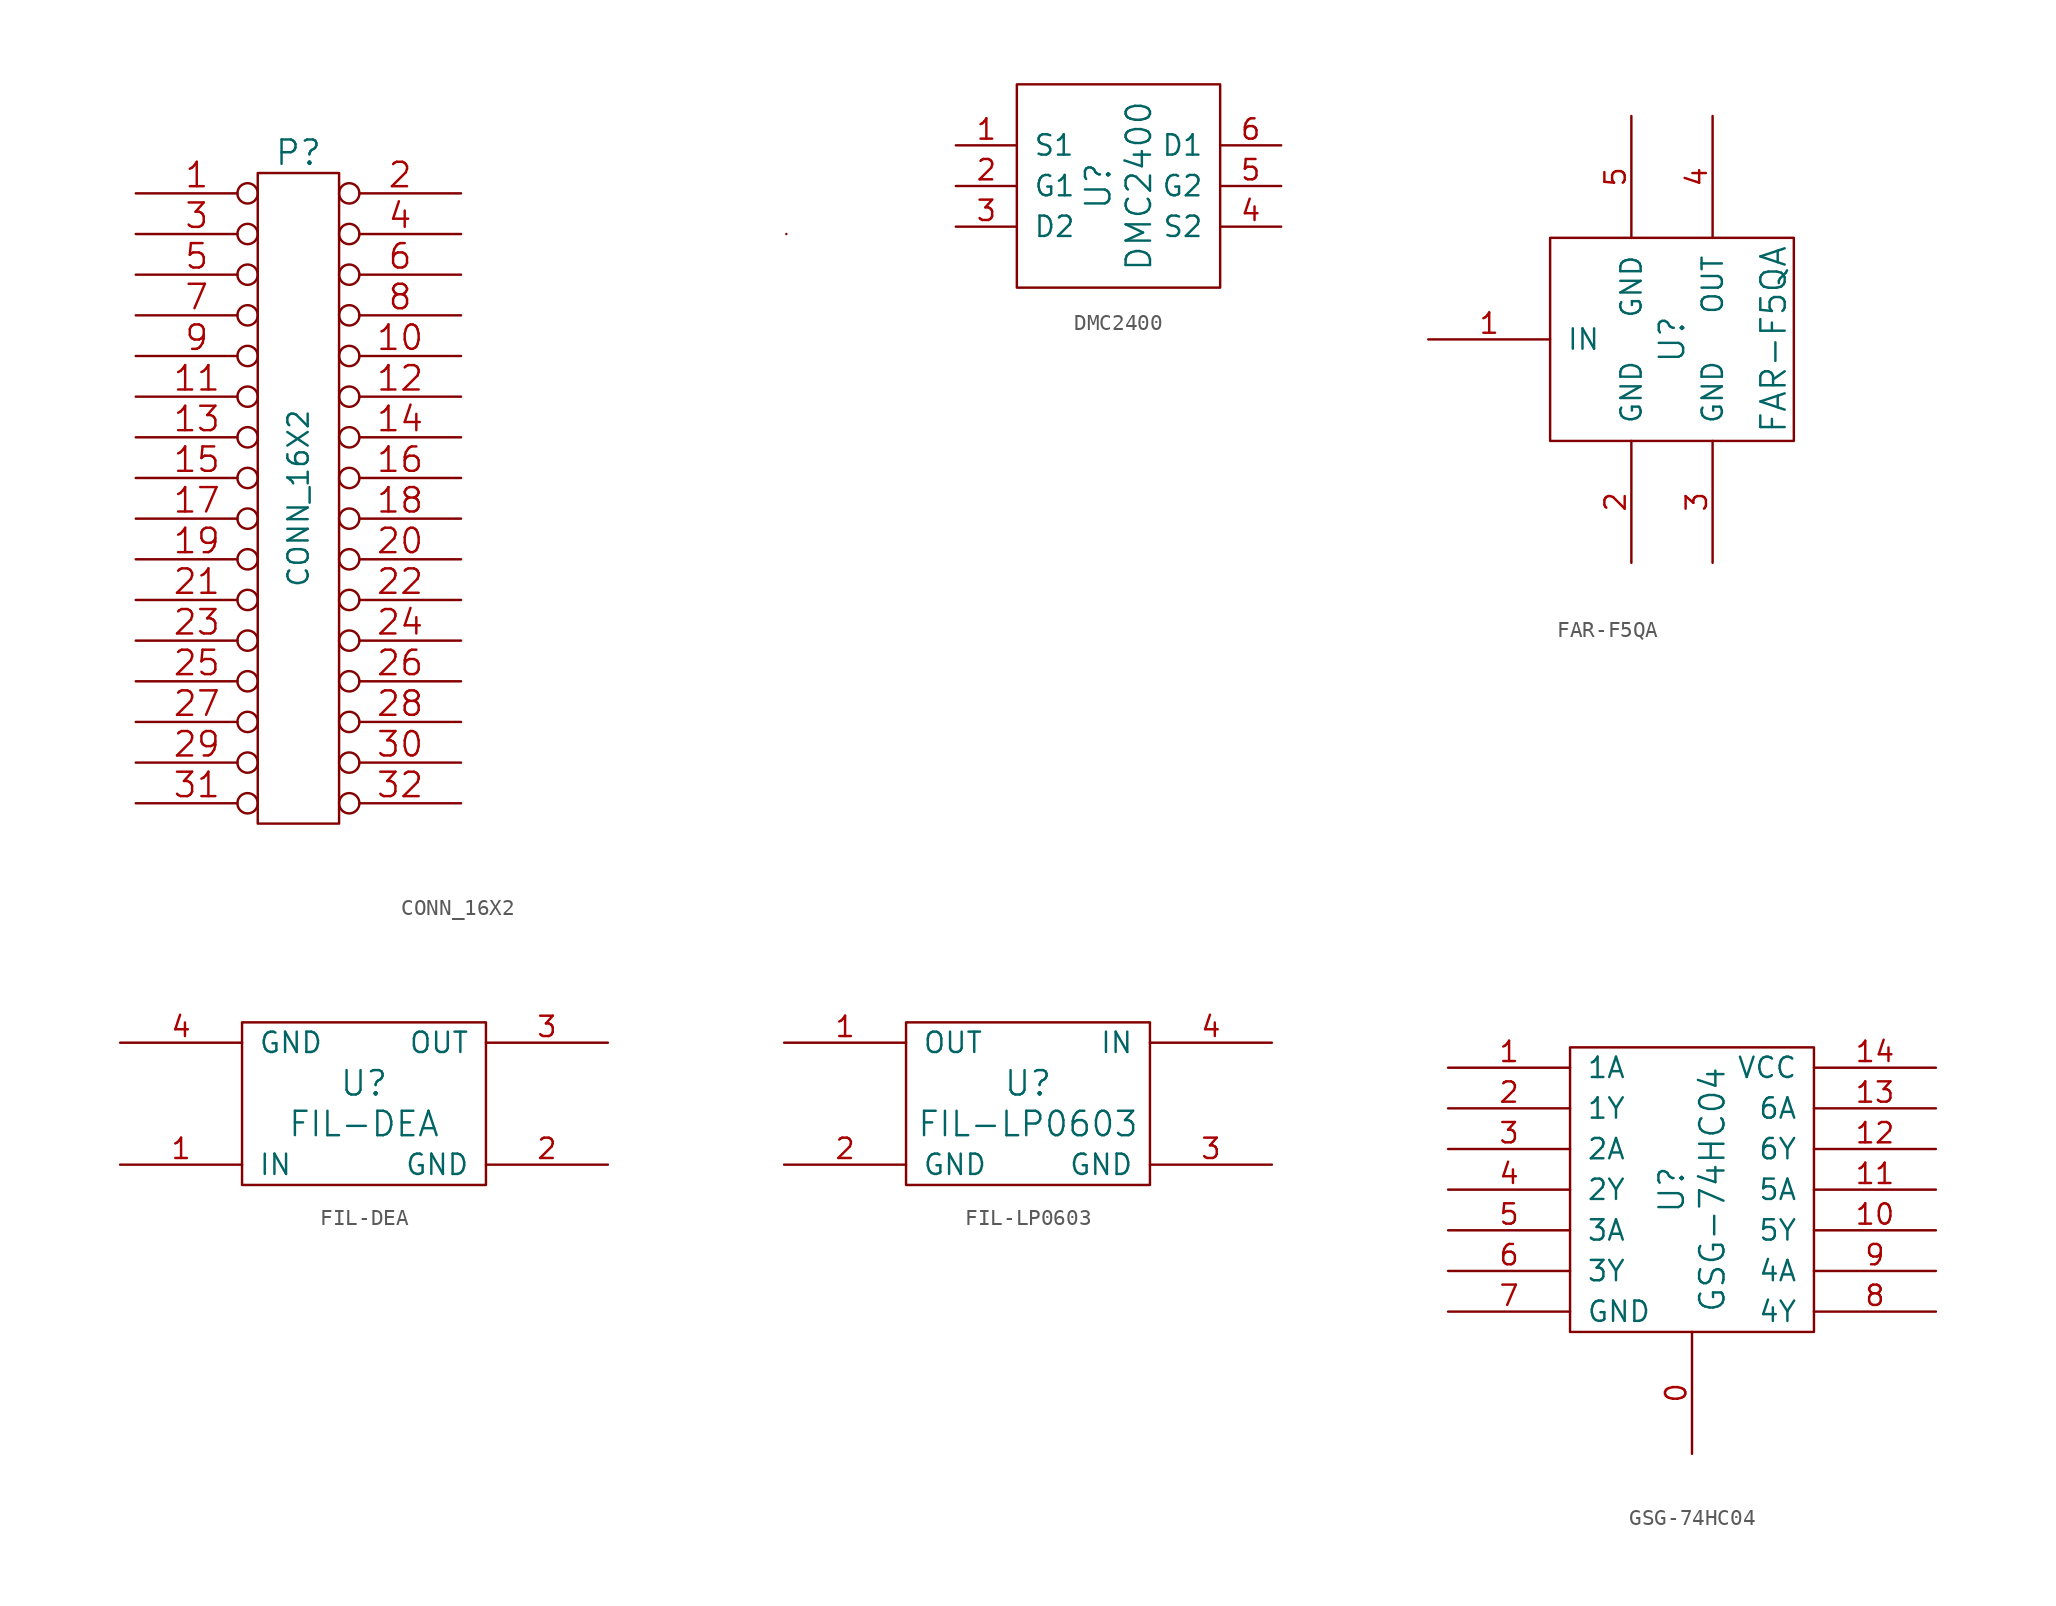
<source format=kicad_sym>
(kicad_symbol_lib
  (version 20211014)
  (generator kicad_symbol_editor)
  (symbol "CONN_16X2"
    (pin_names
      (offset 0.254) hide)
    (property "Reference" "P"
      (at 0 21.59 0)
      (effects (font (size 1.524 1.524))))
    (property "Value" "CONN_16X2"
      (at 0 0 90)
      (effects (font (size 1.27 1.27))))
    (property "Footprint" ""
      (at 0 0 0)
      (effects (font (size 1.524 1.524))))
    (property "Datasheet" ""
      (at 0 0 0)
      (effects (font (size 1.524 1.524))))
    (symbol "CONN_16X2_0_1"
      (rectangle (start -2.54 20.32) (end 2.54 -20.32) (stroke (width 0) (type default) (color 0 0 0 0)) (fill (type none)))
      (rectangle (start 30.48 16.51) (end 30.48 16.51) (stroke (width 0) (type default) (color 0 0 0 0)) (fill (type none))))
    (symbol "CONN_16X2_1_1"
      (pin passive inverted (at -10.16 19.05 0) (length 7.62) (name "P1" (effects (font (size 0.762 0.762)))) (number "1" (effects (font (size 1.524 1.524)))))
      (pin passive inverted (at 10.16 8.89 180) (length 7.62) (name "P10" (effects (font (size 0.762 0.762)))) (number "10" (effects (font (size 1.524 1.524)))))
      (pin passive inverted (at -10.16 6.35 0) (length 7.62) (name "P11" (effects (font (size 0.762 0.762)))) (number "11" (effects (font (size 1.524 1.524)))))
      (pin passive inverted (at 10.16 6.35 180) (length 7.62) (name "P12" (effects (font (size 0.762 0.762)))) (number "12" (effects (font (size 1.524 1.524)))))
      (pin passive inverted (at -10.16 3.81 0) (length 7.62) (name "P13" (effects (font (size 0.762 0.762)))) (number "13" (effects (font (size 1.524 1.524)))))
      (pin passive inverted (at 10.16 3.81 180) (length 7.62) (name "P14" (effects (font (size 0.762 0.762)))) (number "14" (effects (font (size 1.524 1.524)))))
      (pin passive inverted (at -10.16 1.27 0) (length 7.62) (name "P15" (effects (font (size 0.762 0.762)))) (number "15" (effects (font (size 1.524 1.524)))))
      (pin passive inverted (at 10.16 1.27 180) (length 7.62) (name "P16" (effects (font (size 0.762 0.762)))) (number "16" (effects (font (size 1.524 1.524)))))
      (pin passive inverted (at -10.16 -1.27 0) (length 7.62) (name "P17" (effects (font (size 0.762 0.762)))) (number "17" (effects (font (size 1.524 1.524)))))
      (pin passive inverted (at 10.16 -1.27 180) (length 7.62) (name "P18" (effects (font (size 0.762 0.762)))) (number "18" (effects (font (size 1.524 1.524)))))
      (pin passive inverted (at -10.16 -3.81 0) (length 7.62) (name "P19" (effects (font (size 0.762 0.762)))) (number "19" (effects (font (size 1.524 1.524)))))
      (pin passive inverted (at 10.16 19.05 180) (length 7.62) (name "P2" (effects (font (size 0.762 0.762)))) (number "2" (effects (font (size 1.524 1.524)))))
      (pin passive inverted (at 10.16 -3.81 180) (length 7.62) (name "P20" (effects (font (size 0.762 0.762)))) (number "20" (effects (font (size 1.524 1.524)))))
      (pin passive inverted (at -10.16 -6.35 0) (length 7.62) (name "P21" (effects (font (size 0.762 0.762)))) (number "21" (effects (font (size 1.524 1.524)))))
      (pin passive inverted (at 10.16 -6.35 180) (length 7.62) (name "P22" (effects (font (size 0.762 0.762)))) (number "22" (effects (font (size 1.524 1.524)))))
      (pin passive inverted (at -10.16 -8.89 0) (length 7.62) (name "P23" (effects (font (size 0.762 0.762)))) (number "23" (effects (font (size 1.524 1.524)))))
      (pin passive inverted (at 10.16 -8.89 180) (length 7.62) (name "P24" (effects (font (size 0.762 0.762)))) (number "24" (effects (font (size 1.524 1.524)))))
      (pin passive inverted (at -10.16 -11.43 0) (length 7.62) (name "~" (effects (font (size 0.762 0.762)))) (number "25" (effects (font (size 1.524 1.524)))))
      (pin passive inverted (at 10.16 -11.43 180) (length 7.62) (name "P26" (effects (font (size 0.762 0.762)))) (number "26" (effects (font (size 1.524 1.524)))))
      (pin passive inverted (at -10.16 -13.97 0) (length 7.62) (name "P27" (effects (font (size 0.762 0.762)))) (number "27" (effects (font (size 1.524 1.524)))))
      (pin passive inverted (at 10.16 -13.97 180) (length 7.62) (name "P28" (effects (font (size 0.762 0.762)))) (number "28" (effects (font (size 1.524 1.524)))))
      (pin passive inverted (at -10.16 -16.51 0) (length 7.62) (name "P29" (effects (font (size 0.762 0.762)))) (number "29" (effects (font (size 1.524 1.524)))))
      (pin passive inverted (at -10.16 16.51 0) (length 7.62) (name "P3" (effects (font (size 0.762 0.762)))) (number "3" (effects (font (size 1.524 1.524)))))
      (pin passive inverted (at 10.16 -16.51 180) (length 7.62) (name "P30" (effects (font (size 0.762 0.762)))) (number "30" (effects (font (size 1.524 1.524)))))
      (pin passive inverted (at -10.16 -19.05 0) (length 7.62) (name "P31" (effects (font (size 0.762 0.762)))) (number "31" (effects (font (size 1.524 1.524)))))
      (pin passive inverted (at 10.16 -19.05 180) (length 7.62) (name "P32" (effects (font (size 0.762 0.762)))) (number "32" (effects (font (size 1.524 1.524)))))
      (pin passive inverted (at 10.16 16.51 180) (length 7.62) (name "P4" (effects (font (size 0.762 0.762)))) (number "4" (effects (font (size 1.524 1.524)))))
      (pin passive inverted (at -10.16 13.97 0) (length 7.62) (name "P5" (effects (font (size 0.762 0.762)))) (number "5" (effects (font (size 1.524 1.524)))))
      (pin passive inverted (at 10.16 13.97 180) (length 7.62) (name "P6" (effects (font (size 0.762 0.762)))) (number "6" (effects (font (size 1.524 1.524)))))
      (pin passive inverted (at -10.16 11.43 0) (length 7.62) (name "P7" (effects (font (size 0.762 0.762)))) (number "7" (effects (font (size 1.524 1.524)))))
      (pin passive inverted (at 10.16 11.43 180) (length 7.62) (name "P8" (effects (font (size 0.762 0.762)))) (number "8" (effects (font (size 1.524 1.524)))))
      (pin passive inverted (at -10.16 8.89 0) (length 7.62) (name "P9" (effects (font (size 0.762 0.762)))) (number "9" (effects (font (size 1.524 1.524)))))))
  (symbol "DMC2400"
    (pin_names
      (offset 1.016))
    (property "Reference" "U"
      (at -1.27 0 90)
      (effects (font (size 1.524 1.524))))
    (property "Value" "DMC2400"
      (at 1.27 0 90)
      (effects (font (size 1.524 1.524))))
    (property "Footprint" ""
      (at 0 0 0)
      (effects (font (size 1.524 1.524))))
    (property "Datasheet" ""
      (at 0 0 0)
      (effects (font (size 1.524 1.524))))
    (symbol "DMC2400_0_1"
      (rectangle (start -6.35 6.35) (end 6.35 -6.35) (stroke (width 0) (type default) (color 0 0 0 0)) (fill (type none))))
    (symbol "DMC2400_1_1"
      (pin bidirectional line (at -10.16 2.54 0) (length 3.81) (name "S1" (effects (font (size 1.27 1.27)))) (number "1" (effects (font (size 1.27 1.27)))))
      (pin input line (at -10.16 0 0) (length 3.81) (name "G1" (effects (font (size 1.27 1.27)))) (number "2" (effects (font (size 1.27 1.27)))))
      (pin bidirectional line (at -10.16 -2.54 0) (length 3.81) (name "D2" (effects (font (size 1.27 1.27)))) (number "3" (effects (font (size 1.27 1.27)))))
      (pin bidirectional line (at 10.16 -2.54 180) (length 3.81) (name "S2" (effects (font (size 1.27 1.27)))) (number "4" (effects (font (size 1.27 1.27)))))
      (pin input line (at 10.16 0 180) (length 3.81) (name "G2" (effects (font (size 1.27 1.27)))) (number "5" (effects (font (size 1.27 1.27)))))
      (pin bidirectional line (at 10.16 2.54 180) (length 3.81) (name "D1" (effects (font (size 1.27 1.27)))) (number "6" (effects (font (size 1.27 1.27)))))))
  (symbol "FAR-F5QA"
    (pin_names
      (offset 1.016))
    (property "Reference" "U"
      (at 0 0 90)
      (effects (font (size 1.524 1.524))))
    (property "Value" "FAR-F5QA"
      (at 6.35 0 90)
      (effects (font (size 1.524 1.524))))
    (property "Footprint" ""
      (at 0 0 0)
      (effects (font (size 1.524 1.524))))
    (property "Datasheet" ""
      (at 0 0 0)
      (effects (font (size 1.524 1.524))))
    (symbol "FAR-F5QA_0_1"
      (rectangle (start -7.62 6.35) (end 7.62 -6.35) (stroke (width 0) (type default) (color 0 0 0 0)) (fill (type none))))
    (symbol "FAR-F5QA_1_1"
      (pin bidirectional line (at -15.24 0 0) (length 7.62) (name "IN" (effects (font (size 1.27 1.27)))) (number "1" (effects (font (size 1.27 1.27)))))
      (pin power_in line (at -2.54 -13.97 90) (length 7.62) (name "GND" (effects (font (size 1.27 1.27)))) (number "2" (effects (font (size 1.27 1.27)))))
      (pin power_in line (at 2.54 -13.97 90) (length 7.62) (name "GND" (effects (font (size 1.27 1.27)))) (number "3" (effects (font (size 1.27 1.27)))))
      (pin bidirectional line (at 2.54 13.97 270) (length 7.62) (name "OUT" (effects (font (size 1.27 1.27)))) (number "4" (effects (font (size 1.27 1.27)))))
      (pin power_in line (at -2.54 13.97 270) (length 7.62) (name "GND" (effects (font (size 1.27 1.27)))) (number "5" (effects (font (size 1.27 1.27)))))))
  (symbol "FIL-DEA"
    (pin_names
      (offset 1.016))
    (property "Reference" "U"
      (at 0 1.27 0)
      (effects (font (size 1.524 1.524))))
    (property "Value" "FIL-DEA"
      (at 0 -1.27 0)
      (effects (font (size 1.524 1.524))))
    (property "Footprint" ""
      (at 0 0 0)
      (effects (font (size 1.524 1.524))))
    (property "Datasheet" ""
      (at 0 0 0)
      (effects (font (size 1.524 1.524))))
    (symbol "FIL-DEA_0_1"
      (rectangle (start -7.62 5.08) (end 7.62 -5.08) (stroke (width 0) (type default) (color 0 0 0 0)) (fill (type none))))
    (symbol "FIL-DEA_1_1"
      (pin bidirectional line (at -15.24 -3.81 0) (length 7.62) (name "IN" (effects (font (size 1.27 1.27)))) (number "1" (effects (font (size 1.27 1.27)))))
      (pin power_in line (at 15.24 -3.81 180) (length 7.62) (name "GND" (effects (font (size 1.27 1.27)))) (number "2" (effects (font (size 1.27 1.27)))))
      (pin bidirectional line (at 15.24 3.81 180) (length 7.62) (name "OUT" (effects (font (size 1.27 1.27)))) (number "3" (effects (font (size 1.27 1.27)))))
      (pin power_in line (at -15.24 3.81 0) (length 7.62) (name "GND" (effects (font (size 1.27 1.27)))) (number "4" (effects (font (size 1.27 1.27)))))))
  (symbol "FIL-LP0603"
    (pin_names
      (offset 1.016))
    (property "Reference" "U"
      (at 0 1.27 0)
      (effects (font (size 1.524 1.524))))
    (property "Value" "FIL-LP0603"
      (at 0 -1.27 0)
      (effects (font (size 1.524 1.524))))
    (property "Footprint" ""
      (at 0 0 0)
      (effects (font (size 1.524 1.524))))
    (property "Datasheet" ""
      (at 0 0 0)
      (effects (font (size 1.524 1.524))))
    (symbol "FIL-LP0603_0_1"
      (rectangle (start -7.62 5.08) (end 7.62 -5.08) (stroke (width 0) (type default) (color 0 0 0 0)) (fill (type none))))
    (symbol "FIL-LP0603_1_1"
      (pin bidirectional line (at -15.24 3.81 0) (length 7.62) (name "OUT" (effects (font (size 1.27 1.27)))) (number "1" (effects (font (size 1.27 1.27)))))
      (pin power_in line (at -15.24 -3.81 0) (length 7.62) (name "GND" (effects (font (size 1.27 1.27)))) (number "2" (effects (font (size 1.27 1.27)))))
      (pin power_in line (at 15.24 -3.81 180) (length 7.62) (name "GND" (effects (font (size 1.27 1.27)))) (number "3" (effects (font (size 1.27 1.27)))))
      (pin bidirectional line (at 15.24 3.81 180) (length 7.62) (name "IN" (effects (font (size 1.27 1.27)))) (number "4" (effects (font (size 1.27 1.27)))))))
  (symbol "GSG-74HC04"
    (pin_names
      (offset 1.016))
    (property "Reference" "U"
      (at -1.27 0 90)
      (effects (font (size 1.524 1.524))))
    (property "Value" "GSG-74HC04"
      (at 1.27 0 90)
      (effects (font (size 1.524 1.524))))
    (property "Footprint" ""
      (at 0 0 0)
      (effects (font (size 1.524 1.524))))
    (property "Datasheet" ""
      (at 0 0 0)
      (effects (font (size 1.524 1.524))))
    (symbol "GSG-74HC04_0_1"
      (rectangle (start -7.62 8.89) (end 7.62 -8.89) (stroke (width 0) (type default) (color 0 0 0 0)) (fill (type none))))
    (symbol "GSG-74HC04_1_1"
      (pin power_in line (at 0 -16.51 90) (length 7.62) (name "~" (effects (font (size 1.27 1.27)))) (number "0" (effects (font (size 1.27 1.27)))))
      (pin input line (at -15.24 7.62 0) (length 7.62) (name "1A" (effects (font (size 1.27 1.27)))) (number "1" (effects (font (size 1.27 1.27)))))
      (pin output line (at 15.24 -2.54 180) (length 7.62) (name "5Y" (effects (font (size 1.27 1.27)))) (number "10" (effects (font (size 1.27 1.27)))))
      (pin input line (at 15.24 0 180) (length 7.62) (name "5A" (effects (font (size 1.27 1.27)))) (number "11" (effects (font (size 1.27 1.27)))))
      (pin output line (at 15.24 2.54 180) (length 7.62) (name "6Y" (effects (font (size 1.27 1.27)))) (number "12" (effects (font (size 1.27 1.27)))))
      (pin input line (at 15.24 5.08 180) (length 7.62) (name "6A" (effects (font (size 1.27 1.27)))) (number "13" (effects (font (size 1.27 1.27)))))
      (pin power_in line (at 15.24 7.62 180) (length 7.62) (name "VCC" (effects (font (size 1.27 1.27)))) (number "14" (effects (font (size 1.27 1.27)))))
      (pin output line (at -15.24 5.08 0) (length 7.62) (name "1Y" (effects (font (size 1.27 1.27)))) (number "2" (effects (font (size 1.27 1.27)))))
      (pin input line (at -15.24 2.54 0) (length 7.62) (name "2A" (effects (font (size 1.27 1.27)))) (number "3" (effects (font (size 1.27 1.27)))))
      (pin output line (at -15.24 0 0) (length 7.62) (name "2Y" (effects (font (size 1.27 1.27)))) (number "4" (effects (font (size 1.27 1.27)))))
      (pin input line (at -15.24 -2.54 0) (length 7.62) (name "3A" (effects (font (size 1.27 1.27)))) (number "5" (effects (font (size 1.27 1.27)))))
      (pin output line (at -15.24 -5.08 0) (length 7.62) (name "3Y" (effects (font (size 1.27 1.27)))) (number "6" (effects (font (size 1.27 1.27)))))
      (pin power_in line (at -15.24 -7.62 0) (length 7.62) (name "GND" (effects (font (size 1.27 1.27)))) (number "7" (effects (font (size 1.27 1.27)))))
      (pin output line (at 15.24 -7.62 180) (length 7.62) (name "4Y" (effects (font (size 1.27 1.27)))) (number "8" (effects (font (size 1.27 1.27)))))
      (pin input line (at 15.24 -5.08 180) (length 7.62) (name "4A" (effects (font (size 1.27 1.27)))) (number "9" (effects (font (size 1.27 1.27))))))))
</source>
